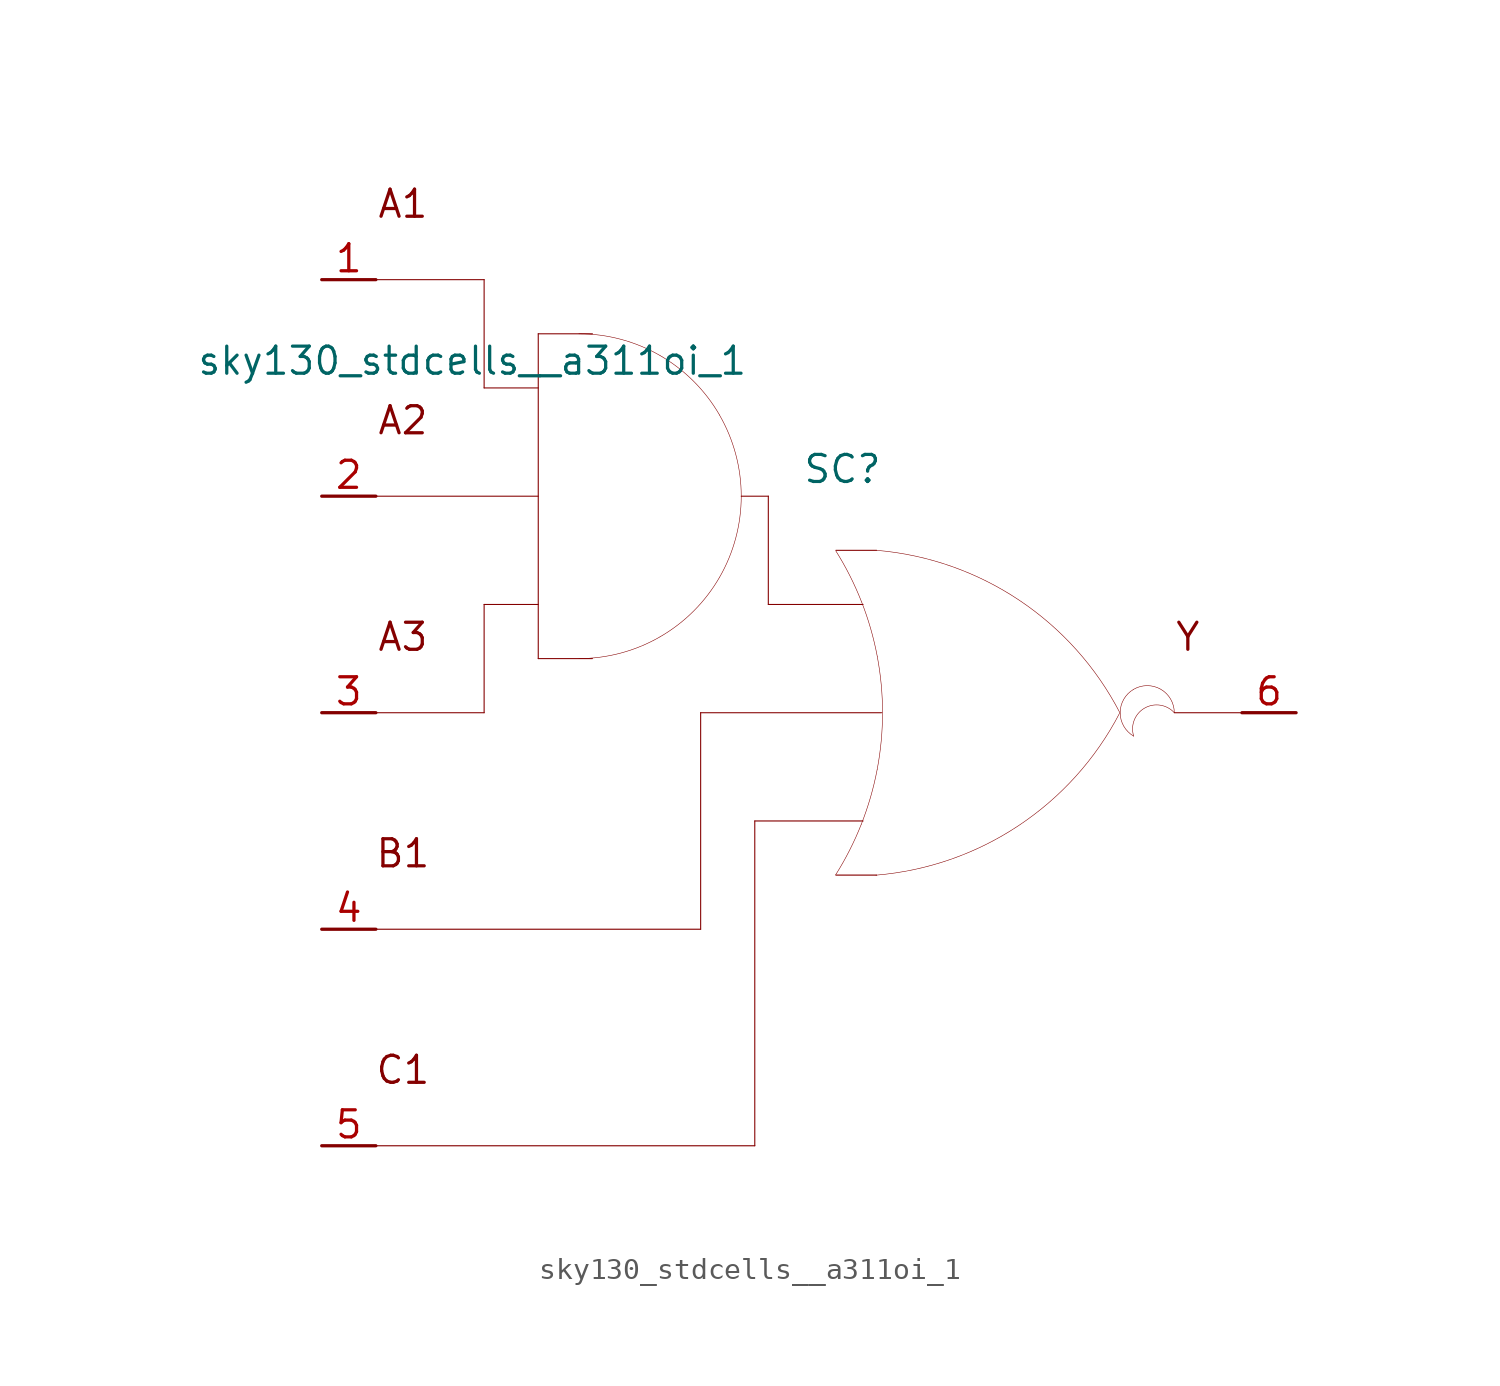
<source format=kicad_sym>
(kicad_symbol_lib
  (version 20211014)
  (generator kicad_symbol_editor)
  (symbol "sky130_stdcells__a311oi_1"
    (pin_names hide)
    (property "Reference" "SC"
      (at 1.575 11.43 0)
      (effects (font (size 1.27 1.27))))
    (property "Value" "sky130_stdcells__a311oi_1"
      (at -2.845 16.51 0)
      (effects (font (size 1.27 1.27)) (justify right)))
    (symbol "sky130_stdcells__a311oi_1_0_0"
      (arc (start -10.795 2.54) (mid -8.8228 2.7996) (end -6.985 3.5609) (stroke (width 0.0254) (type default) (color 0 0 0 0)) (fill (type none)))
      (arc (start -6.985 3.5609) (mid -5.4069 4.7719) (end -4.1959 6.35) (stroke (width 0.0254) (type default) (color 0 0 0 0)) (fill (type none)))
      (arc (start -6.985 16.7591) (mid -8.8228 17.5203) (end -10.795 17.78) (stroke (width 0.0254) (type default) (color 0 0 0 0)) (fill (type none)))
      (arc (start -4.1959 6.35) (mid -3.4347 8.1878) (end -3.175 10.16) (stroke (width 0.0254) (type default) (color 0 0 0 0)) (fill (type none)))
      (arc (start -4.1959 13.97) (mid -5.4069 15.5481) (end -6.985 16.7591) (stroke (width 0.0254) (type default) (color 0 0 0 0)) (fill (type none)))
      (arc (start -3.175 10.16) (mid -3.4346 12.1322) (end -4.1959 13.97) (stroke (width 0.0254) (type default) (color 0 0 0 0)) (fill (type none)))
      (polyline (pts (xy -20.32 -20.32) (xy -2.54 -20.32)) (stroke (width 0.051) (type default) (color 0 0 0 0)) (fill (type none)))
      (polyline (pts (xy -20.32 -10.16) (xy -5.08 -10.16)) (stroke (width 0.051) (type default) (color 0 0 0 0)) (fill (type none)))
      (polyline (pts (xy -20.32 0) (xy -15.24 0)) (stroke (width 0.051) (type default) (color 0 0 0 0)) (fill (type none)))
      (polyline (pts (xy -20.32 10.16) (xy -12.7 10.16)) (stroke (width 0.051) (type default) (color 0 0 0 0)) (fill (type none)))
      (polyline (pts (xy -20.32 20.32) (xy -15.24 20.32)) (stroke (width 0.051) (type default) (color 0 0 0 0)) (fill (type none)))
      (polyline (pts (xy -15.24 5.08) (xy -15.24 0)) (stroke (width 0.051) (type default) (color 0 0 0 0)) (fill (type none)))
      (polyline (pts (xy -15.24 5.08) (xy -12.7 5.08)) (stroke (width 0.051) (type default) (color 0 0 0 0)) (fill (type none)))
      (polyline (pts (xy -15.24 15.24) (xy -12.7 15.24)) (stroke (width 0.051) (type default) (color 0 0 0 0)) (fill (type none)))
      (polyline (pts (xy -15.24 20.32) (xy -15.24 15.24)) (stroke (width 0.051) (type default) (color 0 0 0 0)) (fill (type none)))
      (polyline (pts (xy -12.7 2.54) (xy -10.16 2.54)) (stroke (width 0.051) (type default) (color 0 0 0 0)) (fill (type none)))
      (polyline (pts (xy -12.7 17.78) (xy -12.7 2.54)) (stroke (width 0.051) (type default) (color 0 0 0 0)) (fill (type none)))
      (polyline (pts (xy -12.7 17.78) (xy -10.16 17.78)) (stroke (width 0.051) (type default) (color 0 0 0 0)) (fill (type none)))
      (polyline (pts (xy -5.08 0) (xy -5.08 -10.16)) (stroke (width 0.051) (type default) (color 0 0 0 0)) (fill (type none)))
      (polyline (pts (xy -5.08 0) (xy 3.404 0)) (stroke (width 0.051) (type default) (color 0 0 0 0)) (fill (type none)))
      (polyline (pts (xy -3.175 10.16) (xy -1.905 10.16)) (stroke (width 0.051) (type default) (color 0 0 0 0)) (fill (type none)))
      (polyline (pts (xy -2.54 -5.08) (xy -2.54 -20.32)) (stroke (width 0.051) (type default) (color 0 0 0 0)) (fill (type none)))
      (polyline (pts (xy -2.54 -5.08) (xy 2.54 -5.08)) (stroke (width 0.051) (type default) (color 0 0 0 0)) (fill (type none)))
      (polyline (pts (xy -1.905 5.08) (xy 2.54 5.08)) (stroke (width 0.051) (type default) (color 0 0 0 0)) (fill (type none)))
      (polyline (pts (xy -1.905 10.16) (xy -1.905 5.08)) (stroke (width 0.051) (type default) (color 0 0 0 0)) (fill (type none)))
      (polyline (pts (xy 1.27 -7.62) (xy 3.175 -7.62)) (stroke (width 0.051) (type default) (color 0 0 0 0)) (fill (type none)))
      (polyline (pts (xy 1.27 7.62) (xy 3.175 7.62)) (stroke (width 0.051) (type default) (color 0 0 0 0)) (fill (type none)))
      (polyline (pts (xy 17.145 0) (xy 20.32 0)) (stroke (width 0.051) (type default) (color 0 0 0 0)) (fill (type none)))
      (arc (start 1.2495 -7.6142) (mid 1.907 -6.458) (end 2.4538 -5.2456) (stroke (width 0.0254) (type default) (color 0 0 0 0)) (fill (type none)))
      (arc (start 2.4538 -5.2456) (mid 2.8887 -3.9755) (end 3.202 -2.6701) (stroke (width 0.0254) (type default) (color 0 0 0 0)) (fill (type none)))
      (arc (start 2.472 5.1993) (mid 1.9238 6.4248) (end 1.2627 7.5932) (stroke (width 0.0254) (type default) (color 0 0 0 0)) (fill (type none)))
      (arc (start 3.1446 -7.6231) (mid 9.8386 -5.2986) (end 14.5755 -0.0284) (stroke (width 0.0254) (type default) (color 0 0 0 0)) (fill (type none)))
      (arc (start 3.202 -2.6701) (mid 3.3912 -1.341) (end 3.4544 0) (stroke (width 0.0254) (type default) (color 0 0 0 0)) (fill (type none)))
      (arc (start 3.2066 2.6456) (mid 2.8989 3.9396) (end 2.472 5.1993) (stroke (width 0.0254) (type default) (color 0 0 0 0)) (fill (type none)))
      (arc (start 3.4544 0) (mid 3.3923 1.3286) (end 3.2066 2.6456) (stroke (width 0.0254) (type default) (color 0 0 0 0)) (fill (type none)))
      (arc (start 14.5983 -0.0156) (mid 9.8798 5.271) (end 3.194 7.6189) (stroke (width 0.0254) (type default) (color 0 0 0 0)) (fill (type none)))
      (arc (start 15.24 1.0999) (mid 14.605 0) (end 15.24 -1.0999) (stroke (width 0.0254) (type default) (color 0 0 0 0)) (fill (type none)))
      (arc (start 17.145 0) (mid 15.2881 0.4743) (end 15.24 -1.0999) (stroke (width 0.0254) (type default) (color 0 0 0 0)) (fill (type none)))
      (arc (start 17.145 0) (mid 16.51 1.0998) (end 15.24 1.0999) (stroke (width 0.0254) (type default) (color 0 0 0 0)) (fill (type none)))
      (text "A1" (at -19.05 23.876 0) (effects (font (size 1.27 1.27))))
      (text "A2" (at -19.05 13.716 0) (effects (font (size 1.27 1.27))))
      (text "A3" (at -19.05 3.556 0) (effects (font (size 1.27 1.27))))
      (text "B1" (at -19.05 -6.604 0) (effects (font (size 1.27 1.27))))
      (text "C1" (at -19.05 -16.764 0) (effects (font (size 1.27 1.27))))
      (text "Y" (at 17.78 3.556 0) (effects (font (size 1.27 1.27)))))
    (symbol "sky130_stdcells__a311oi_1_1_1"
      (pin input line (at -22.86 20.32 0) (length 2.54) (name "A1" (effects (font (size 1.092 1.092)))) (number "1" (effects (font (size 1.27 1.27)))))
      (pin input line (at -22.86 10.16 0) (length 2.54) (name "A2" (effects (font (size 1.092 1.092)))) (number "2" (effects (font (size 1.27 1.27)))))
      (pin input line (at -22.86 0 0) (length 2.54) (name "A3" (effects (font (size 1.092 1.092)))) (number "3" (effects (font (size 1.27 1.27)))))
      (pin input line (at -22.86 -10.16 0) (length 2.54) (name "B1" (effects (font (size 1.092 1.092)))) (number "4" (effects (font (size 1.27 1.27)))))
      (pin input line (at -22.86 -20.32 0) (length 2.54) (name "C1" (effects (font (size 1.092 1.092)))) (number "5" (effects (font (size 1.27 1.27)))))
      (pin output line (at 22.86 0 180) (length 2.54) (name "Y" (effects (font (size 1.092 1.092)))) (number "6" (effects (font (size 1.27 1.27))))))))
</source>
